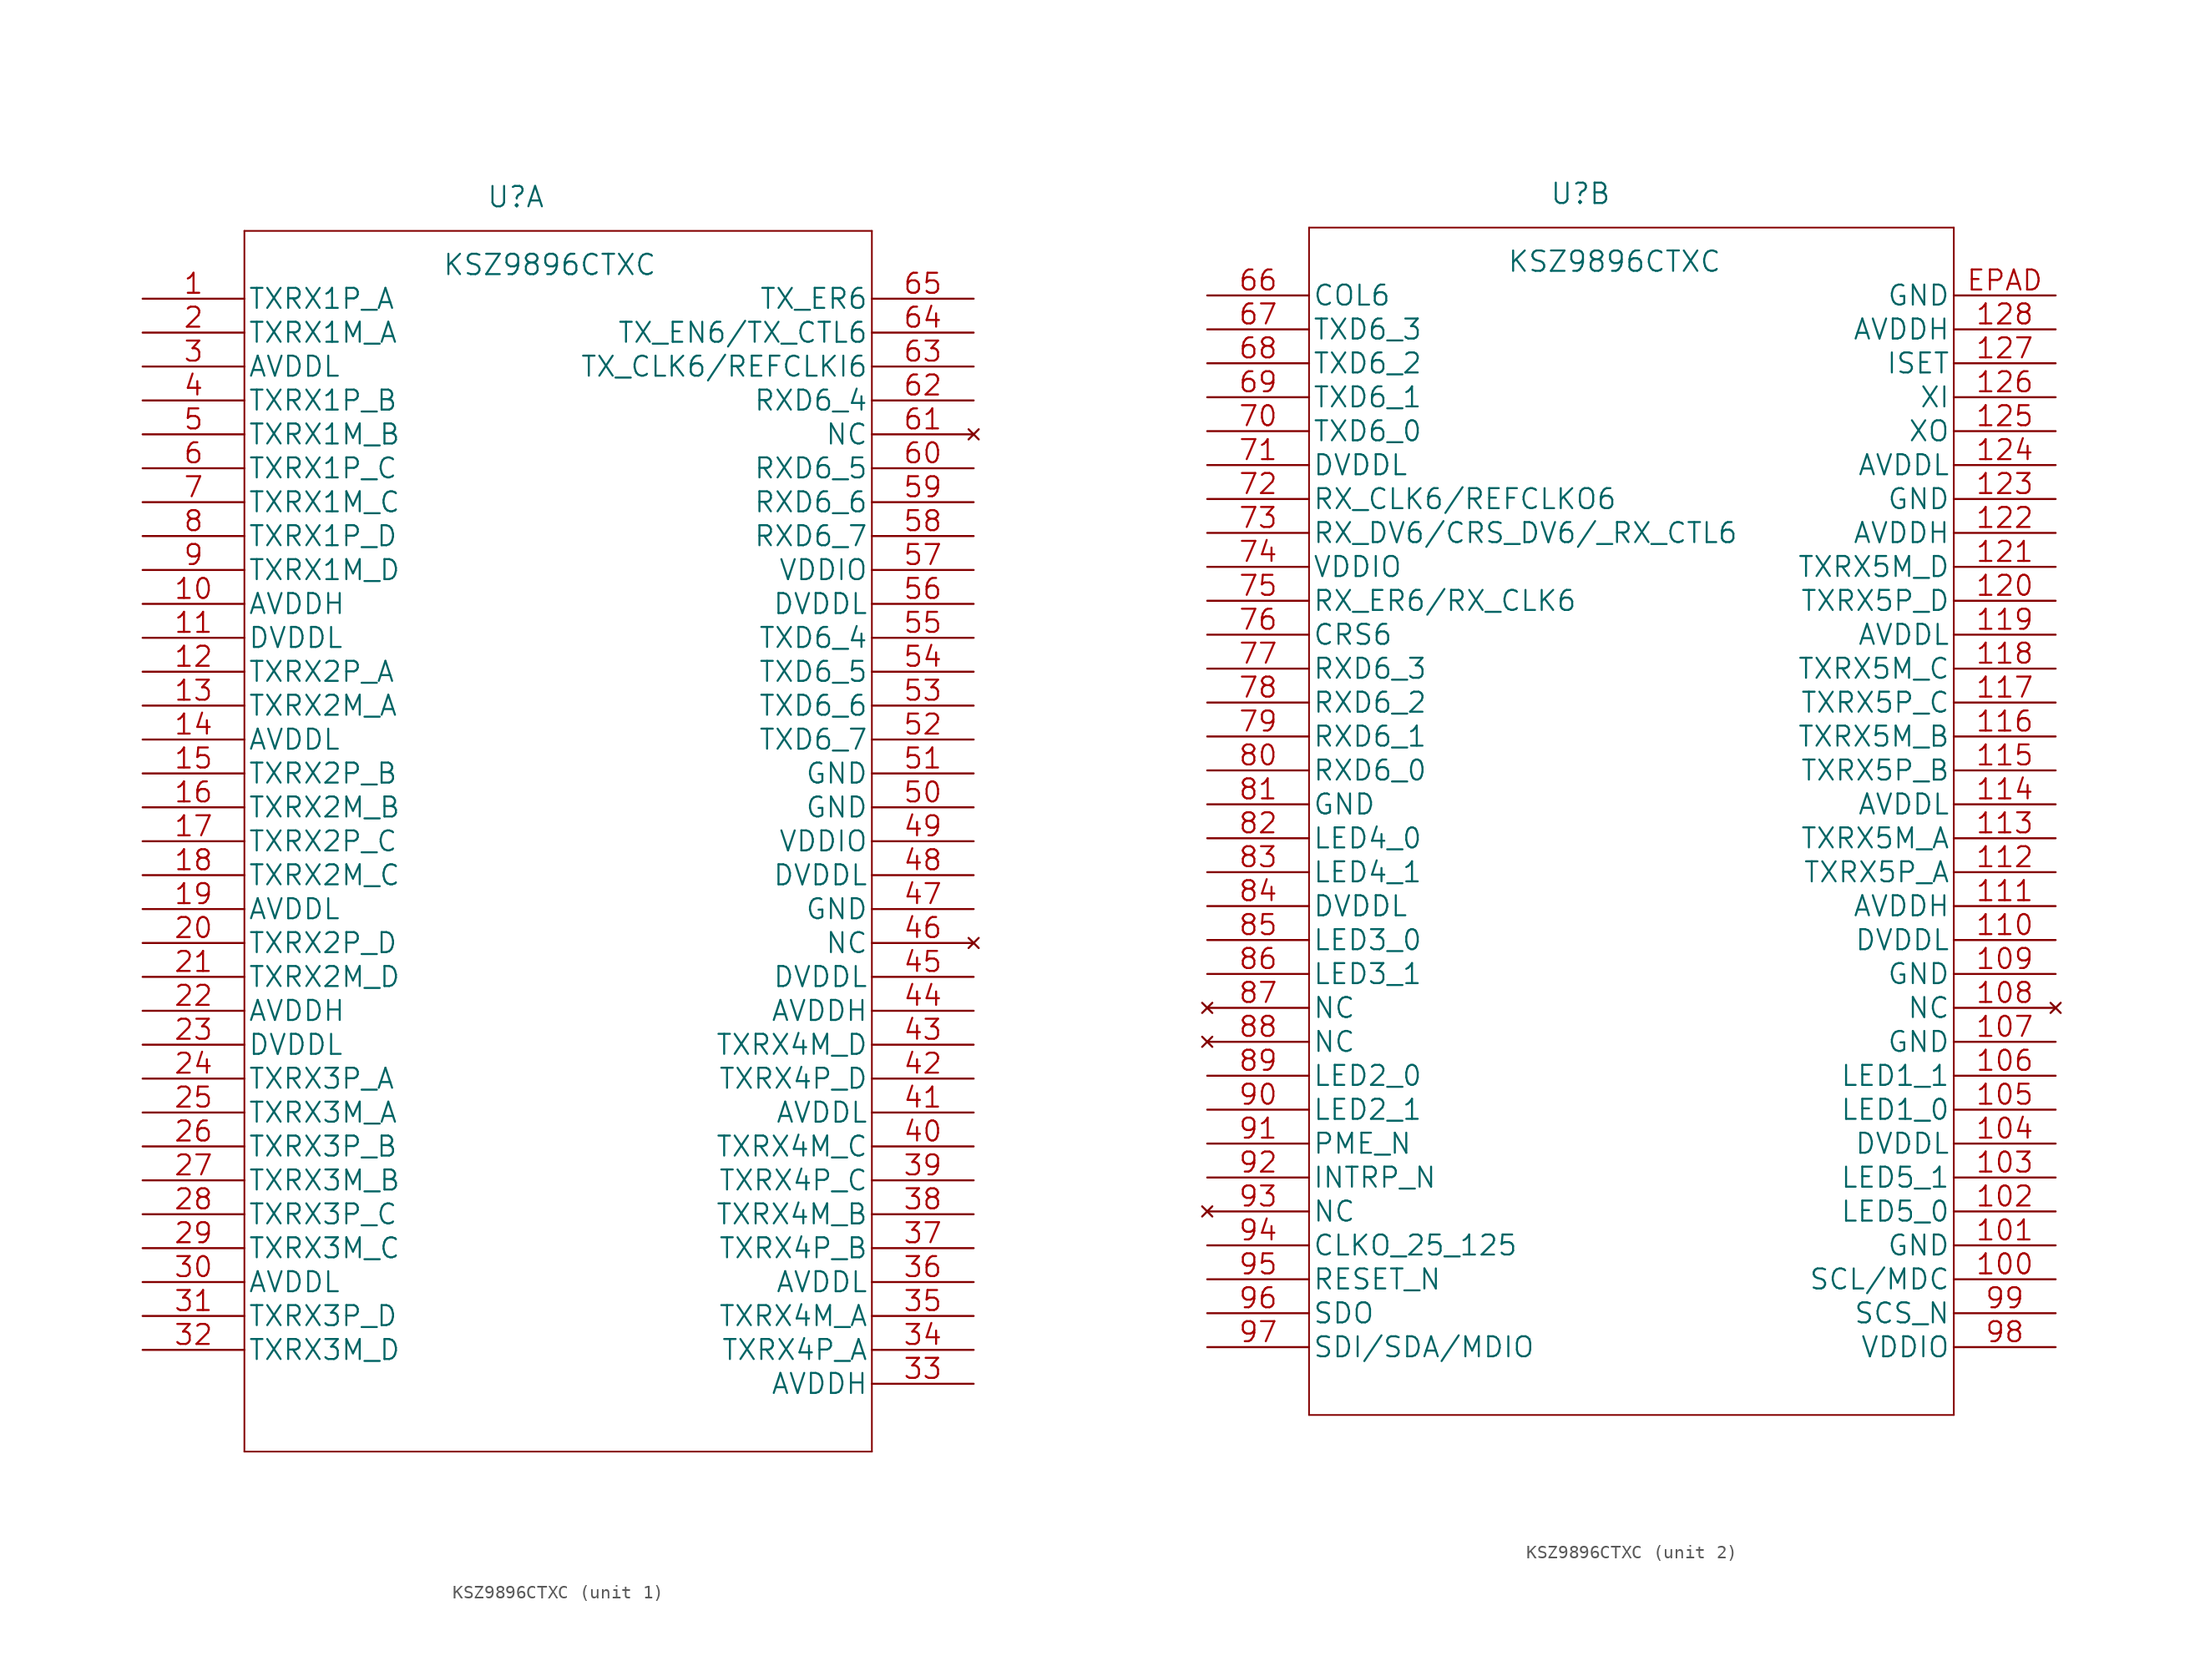
<source format=kicad_sym>
(kicad_symbol_lib
  (version 20231120)
  (generator "kicad_symbol_editor")
  (generator_version "8.0")
  (symbol "KSZ9896CTXC"
    (pin_names
      (offset 0.254))
    (property "Reference" "U"
      (at 27.94 7.62 0)
      (effects (font (size 1.524 1.524))))
    (property "Value" "KSZ9896CTXC"
      (at 30.48 2.54 0)
      (effects (font (size 1.524 1.524))))
    (property "Datasheet" ""
      (at 0 0 0)
      (effects (font (size 1.524 1.524))))
    (property "ki_locked" ""
      (at 0 0 0)
      (effects (font (size 1.27 1.27))))
    (symbol "KSZ9896CTXC_1_1"
      (polyline (pts (xy 7.62 -86.36) (xy 54.61 -86.36)) (stroke (width 0.127) (type default)) (fill (type none)))
      (polyline (pts (xy 7.62 5.08) (xy 7.62 -86.36)) (stroke (width 0.127) (type default)) (fill (type none)))
      (polyline (pts (xy 54.61 -86.36) (xy 54.61 5.08)) (stroke (width 0.127) (type default)) (fill (type none)))
      (polyline (pts (xy 54.61 5.08) (xy 7.62 5.08)) (stroke (width 0.127) (type default)) (fill (type none)))
      (pin bidirectional line (at 0 0 0) (length 7.62) (name "TXRX1P_A" (effects (font (size 1.499 1.499)))) (number "1" (effects (font (size 1.499 1.499)))))
      (pin power_in line (at 0 -22.86 0) (length 7.62) (name "AVDDH" (effects (font (size 1.499 1.499)))) (number "10" (effects (font (size 1.499 1.499)))))
      (pin power_in line (at 0 -25.4 0) (length 7.62) (name "DVDDL" (effects (font (size 1.499 1.499)))) (number "11" (effects (font (size 1.499 1.499)))))
      (pin bidirectional line (at 0 -27.94 0) (length 7.62) (name "TXRX2P_A" (effects (font (size 1.499 1.499)))) (number "12" (effects (font (size 1.499 1.499)))))
      (pin bidirectional line (at 0 -30.48 0) (length 7.62) (name "TXRX2M_A" (effects (font (size 1.499 1.499)))) (number "13" (effects (font (size 1.499 1.499)))))
      (pin power_in line (at 0 -33.02 0) (length 7.62) (name "AVDDL" (effects (font (size 1.499 1.499)))) (number "14" (effects (font (size 1.499 1.499)))))
      (pin bidirectional line (at 0 -35.56 0) (length 7.62) (name "TXRX2P_B" (effects (font (size 1.499 1.499)))) (number "15" (effects (font (size 1.499 1.499)))))
      (pin bidirectional line (at 0 -38.1 0) (length 7.62) (name "TXRX2M_B" (effects (font (size 1.499 1.499)))) (number "16" (effects (font (size 1.499 1.499)))))
      (pin bidirectional line (at 0 -40.64 0) (length 7.62) (name "TXRX2P_C" (effects (font (size 1.499 1.499)))) (number "17" (effects (font (size 1.499 1.499)))))
      (pin bidirectional line (at 0 -43.18 0) (length 7.62) (name "TXRX2M_C" (effects (font (size 1.499 1.499)))) (number "18" (effects (font (size 1.499 1.499)))))
      (pin power_in line (at 0 -45.72 0) (length 7.62) (name "AVDDL" (effects (font (size 1.499 1.499)))) (number "19" (effects (font (size 1.499 1.499)))))
      (pin bidirectional line (at 0 -2.54 0) (length 7.62) (name "TXRX1M_A" (effects (font (size 1.499 1.499)))) (number "2" (effects (font (size 1.499 1.499)))))
      (pin bidirectional line (at 0 -48.26 0) (length 7.62) (name "TXRX2P_D" (effects (font (size 1.499 1.499)))) (number "20" (effects (font (size 1.499 1.499)))))
      (pin bidirectional line (at 0 -50.8 0) (length 7.62) (name "TXRX2M_D" (effects (font (size 1.499 1.499)))) (number "21" (effects (font (size 1.499 1.499)))))
      (pin power_in line (at 0 -53.34 0) (length 7.62) (name "AVDDH" (effects (font (size 1.499 1.499)))) (number "22" (effects (font (size 1.499 1.499)))))
      (pin power_in line (at 0 -55.88 0) (length 7.62) (name "DVDDL" (effects (font (size 1.499 1.499)))) (number "23" (effects (font (size 1.499 1.499)))))
      (pin bidirectional line (at 0 -58.42 0) (length 7.62) (name "TXRX3P_A" (effects (font (size 1.499 1.499)))) (number "24" (effects (font (size 1.499 1.499)))))
      (pin bidirectional line (at 0 -60.96 0) (length 7.62) (name "TXRX3M_A" (effects (font (size 1.499 1.499)))) (number "25" (effects (font (size 1.499 1.499)))))
      (pin bidirectional line (at 0 -63.5 0) (length 7.62) (name "TXRX3P_B" (effects (font (size 1.499 1.499)))) (number "26" (effects (font (size 1.499 1.499)))))
      (pin bidirectional line (at 0 -66.04 0) (length 7.62) (name "TXRX3M_B" (effects (font (size 1.499 1.499)))) (number "27" (effects (font (size 1.499 1.499)))))
      (pin bidirectional line (at 0 -68.58 0) (length 7.62) (name "TXRX3P_C" (effects (font (size 1.499 1.499)))) (number "28" (effects (font (size 1.499 1.499)))))
      (pin bidirectional line (at 0 -71.12 0) (length 7.62) (name "TXRX3M_C" (effects (font (size 1.499 1.499)))) (number "29" (effects (font (size 1.499 1.499)))))
      (pin power_in line (at 0 -5.08 0) (length 7.62) (name "AVDDL" (effects (font (size 1.499 1.499)))) (number "3" (effects (font (size 1.499 1.499)))))
      (pin power_in line (at 0 -73.66 0) (length 7.62) (name "AVDDL" (effects (font (size 1.499 1.499)))) (number "30" (effects (font (size 1.499 1.499)))))
      (pin bidirectional line (at 0 -76.2 0) (length 7.62) (name "TXRX3P_D" (effects (font (size 1.499 1.499)))) (number "31" (effects (font (size 1.499 1.499)))))
      (pin bidirectional line (at 0 -78.74 0) (length 7.62) (name "TXRX3M_D" (effects (font (size 1.499 1.499)))) (number "32" (effects (font (size 1.499 1.499)))))
      (pin power_in line (at 62.23 -81.28 180) (length 7.62) (name "AVDDH" (effects (font (size 1.499 1.499)))) (number "33" (effects (font (size 1.499 1.499)))))
      (pin bidirectional line (at 62.23 -78.74 180) (length 7.62) (name "TXRX4P_A" (effects (font (size 1.499 1.499)))) (number "34" (effects (font (size 1.499 1.499)))))
      (pin bidirectional line (at 62.23 -76.2 180) (length 7.62) (name "TXRX4M_A" (effects (font (size 1.499 1.499)))) (number "35" (effects (font (size 1.499 1.499)))))
      (pin power_in line (at 62.23 -73.66 180) (length 7.62) (name "AVDDL" (effects (font (size 1.499 1.499)))) (number "36" (effects (font (size 1.499 1.499)))))
      (pin bidirectional line (at 62.23 -71.12 180) (length 7.62) (name "TXRX4P_B" (effects (font (size 1.499 1.499)))) (number "37" (effects (font (size 1.499 1.499)))))
      (pin bidirectional line (at 62.23 -68.58 180) (length 7.62) (name "TXRX4M_B" (effects (font (size 1.499 1.499)))) (number "38" (effects (font (size 1.499 1.499)))))
      (pin bidirectional line (at 62.23 -66.04 180) (length 7.62) (name "TXRX4P_C" (effects (font (size 1.499 1.499)))) (number "39" (effects (font (size 1.499 1.499)))))
      (pin bidirectional line (at 0 -7.62 0) (length 7.62) (name "TXRX1P_B" (effects (font (size 1.499 1.499)))) (number "4" (effects (font (size 1.499 1.499)))))
      (pin bidirectional line (at 62.23 -63.5 180) (length 7.62) (name "TXRX4M_C" (effects (font (size 1.499 1.499)))) (number "40" (effects (font (size 1.499 1.499)))))
      (pin power_in line (at 62.23 -60.96 180) (length 7.62) (name "AVDDL" (effects (font (size 1.499 1.499)))) (number "41" (effects (font (size 1.499 1.499)))))
      (pin bidirectional line (at 62.23 -58.42 180) (length 7.62) (name "TXRX4P_D" (effects (font (size 1.499 1.499)))) (number "42" (effects (font (size 1.499 1.499)))))
      (pin bidirectional line (at 62.23 -55.88 180) (length 7.62) (name "TXRX4M_D" (effects (font (size 1.499 1.499)))) (number "43" (effects (font (size 1.499 1.499)))))
      (pin power_in line (at 62.23 -53.34 180) (length 7.62) (name "AVDDH" (effects (font (size 1.499 1.499)))) (number "44" (effects (font (size 1.499 1.499)))))
      (pin power_in line (at 62.23 -50.8 180) (length 7.62) (name "DVDDL" (effects (font (size 1.499 1.499)))) (number "45" (effects (font (size 1.499 1.499)))))
      (pin no_connect line (at 62.23 -48.26 180) (length 7.62) (name "NC" (effects (font (size 1.499 1.499)))) (number "46" (effects (font (size 1.499 1.499)))))
      (pin power_in line (at 62.23 -45.72 180) (length 7.62) (name "GND" (effects (font (size 1.499 1.499)))) (number "47" (effects (font (size 1.499 1.499)))))
      (pin power_in line (at 62.23 -43.18 180) (length 7.62) (name "DVDDL" (effects (font (size 1.499 1.499)))) (number "48" (effects (font (size 1.499 1.499)))))
      (pin power_in line (at 62.23 -40.64 180) (length 7.62) (name "VDDIO" (effects (font (size 1.499 1.499)))) (number "49" (effects (font (size 1.499 1.499)))))
      (pin bidirectional line (at 0 -10.16 0) (length 7.62) (name "TXRX1M_B" (effects (font (size 1.499 1.499)))) (number "5" (effects (font (size 1.499 1.499)))))
      (pin power_in line (at 62.23 -38.1 180) (length 7.62) (name "GND" (effects (font (size 1.499 1.499)))) (number "50" (effects (font (size 1.499 1.499)))))
      (pin power_in line (at 62.23 -35.56 180) (length 7.62) (name "GND" (effects (font (size 1.499 1.499)))) (number "51" (effects (font (size 1.499 1.499)))))
      (pin input line (at 62.23 -33.02 180) (length 7.62) (name "TXD6_7" (effects (font (size 1.499 1.499)))) (number "52" (effects (font (size 1.499 1.499)))))
      (pin input line (at 62.23 -30.48 180) (length 7.62) (name "TXD6_6" (effects (font (size 1.499 1.499)))) (number "53" (effects (font (size 1.499 1.499)))))
      (pin input line (at 62.23 -27.94 180) (length 7.62) (name "TXD6_5" (effects (font (size 1.499 1.499)))) (number "54" (effects (font (size 1.499 1.499)))))
      (pin input line (at 62.23 -25.4 180) (length 7.62) (name "TXD6_4" (effects (font (size 1.499 1.499)))) (number "55" (effects (font (size 1.499 1.499)))))
      (pin power_in line (at 62.23 -22.86 180) (length 7.62) (name "DVDDL" (effects (font (size 1.499 1.499)))) (number "56" (effects (font (size 1.499 1.499)))))
      (pin power_in line (at 62.23 -20.32 180) (length 7.62) (name "VDDIO" (effects (font (size 1.499 1.499)))) (number "57" (effects (font (size 1.499 1.499)))))
      (pin bidirectional line (at 62.23 -17.78 180) (length 7.62) (name "RXD6_7" (effects (font (size 1.499 1.499)))) (number "58" (effects (font (size 1.499 1.499)))))
      (pin bidirectional line (at 62.23 -15.24 180) (length 7.62) (name "RXD6_6" (effects (font (size 1.499 1.499)))) (number "59" (effects (font (size 1.499 1.499)))))
      (pin bidirectional line (at 0 -12.7 0) (length 7.62) (name "TXRX1P_C" (effects (font (size 1.499 1.499)))) (number "6" (effects (font (size 1.499 1.499)))))
      (pin bidirectional line (at 62.23 -12.7 180) (length 7.62) (name "RXD6_5" (effects (font (size 1.499 1.499)))) (number "60" (effects (font (size 1.499 1.499)))))
      (pin no_connect line (at 62.23 -10.16 180) (length 7.62) (name "NC" (effects (font (size 1.499 1.499)))) (number "61" (effects (font (size 1.499 1.499)))))
      (pin bidirectional line (at 62.23 -7.62 180) (length 7.62) (name "RXD6_4" (effects (font (size 1.499 1.499)))) (number "62" (effects (font (size 1.499 1.499)))))
      (pin bidirectional line (at 62.23 -5.08 180) (length 7.62) (name "TX_CLK6/REFCLKI6" (effects (font (size 1.499 1.499)))) (number "63" (effects (font (size 1.499 1.499)))))
      (pin input line (at 62.23 -2.54 180) (length 7.62) (name "TX_EN6/TX_CTL6" (effects (font (size 1.499 1.499)))) (number "64" (effects (font (size 1.499 1.499)))))
      (pin input line (at 62.23 0 180) (length 7.62) (name "TX_ER6" (effects (font (size 1.499 1.499)))) (number "65" (effects (font (size 1.499 1.499)))))
      (pin bidirectional line (at 0 -15.24 0) (length 7.62) (name "TXRX1M_C" (effects (font (size 1.499 1.499)))) (number "7" (effects (font (size 1.499 1.499)))))
      (pin bidirectional line (at 0 -17.78 0) (length 7.62) (name "TXRX1P_D" (effects (font (size 1.499 1.499)))) (number "8" (effects (font (size 1.499 1.499)))))
      (pin bidirectional line (at 0 -20.32 0) (length 7.62) (name "TXRX1M_D" (effects (font (size 1.499 1.499)))) (number "9" (effects (font (size 1.499 1.499))))))
    (symbol "KSZ9896CTXC_2_1"
      (polyline (pts (xy 7.62 -83.82) (xy 55.88 -83.82)) (stroke (width 0.127) (type default)) (fill (type none)))
      (polyline (pts (xy 7.62 5.08) (xy 7.62 -83.82)) (stroke (width 0.127) (type default)) (fill (type none)))
      (polyline (pts (xy 55.88 -83.82) (xy 55.88 5.08)) (stroke (width 0.127) (type default)) (fill (type none)))
      (polyline (pts (xy 55.88 5.08) (xy 7.62 5.08)) (stroke (width 0.127) (type default)) (fill (type none)))
      (pin input line (at 63.5 -73.66 180) (length 7.62) (name "SCL/MDC" (effects (font (size 1.499 1.499)))) (number "100" (effects (font (size 1.499 1.499)))))
      (pin power_in line (at 63.5 -71.12 180) (length 7.62) (name "GND" (effects (font (size 1.499 1.499)))) (number "101" (effects (font (size 1.499 1.499)))))
      (pin bidirectional line (at 63.5 -68.58 180) (length 7.62) (name "LED5_0" (effects (font (size 1.499 1.499)))) (number "102" (effects (font (size 1.499 1.499)))))
      (pin bidirectional line (at 63.5 -66.04 180) (length 7.62) (name "LED5_1" (effects (font (size 1.499 1.499)))) (number "103" (effects (font (size 1.499 1.499)))))
      (pin power_in line (at 63.5 -63.5 180) (length 7.62) (name "DVDDL" (effects (font (size 1.499 1.499)))) (number "104" (effects (font (size 1.499 1.499)))))
      (pin bidirectional line (at 63.5 -60.96 180) (length 7.62) (name "LED1_0" (effects (font (size 1.499 1.499)))) (number "105" (effects (font (size 1.499 1.499)))))
      (pin bidirectional line (at 63.5 -58.42 180) (length 7.62) (name "LED1_1" (effects (font (size 1.499 1.499)))) (number "106" (effects (font (size 1.499 1.499)))))
      (pin power_in line (at 63.5 -55.88 180) (length 7.62) (name "GND" (effects (font (size 1.499 1.499)))) (number "107" (effects (font (size 1.499 1.499)))))
      (pin no_connect line (at 63.5 -53.34 180) (length 7.62) (name "NC" (effects (font (size 1.499 1.499)))) (number "108" (effects (font (size 1.499 1.499)))))
      (pin power_in line (at 63.5 -50.8 180) (length 7.62) (name "GND" (effects (font (size 1.499 1.499)))) (number "109" (effects (font (size 1.499 1.499)))))
      (pin power_in line (at 63.5 -48.26 180) (length 7.62) (name "DVDDL" (effects (font (size 1.499 1.499)))) (number "110" (effects (font (size 1.499 1.499)))))
      (pin power_in line (at 63.5 -45.72 180) (length 7.62) (name "AVDDH" (effects (font (size 1.499 1.499)))) (number "111" (effects (font (size 1.499 1.499)))))
      (pin bidirectional line (at 63.5 -43.18 180) (length 7.62) (name "TXRX5P_A" (effects (font (size 1.499 1.499)))) (number "112" (effects (font (size 1.499 1.499)))))
      (pin bidirectional line (at 63.5 -40.64 180) (length 7.62) (name "TXRX5M_A" (effects (font (size 1.499 1.499)))) (number "113" (effects (font (size 1.499 1.499)))))
      (pin power_in line (at 63.5 -38.1 180) (length 7.62) (name "AVDDL" (effects (font (size 1.499 1.499)))) (number "114" (effects (font (size 1.499 1.499)))))
      (pin bidirectional line (at 63.5 -35.56 180) (length 7.62) (name "TXRX5P_B" (effects (font (size 1.499 1.499)))) (number "115" (effects (font (size 1.499 1.499)))))
      (pin bidirectional line (at 63.5 -33.02 180) (length 7.62) (name "TXRX5M_B" (effects (font (size 1.499 1.499)))) (number "116" (effects (font (size 1.499 1.499)))))
      (pin bidirectional line (at 63.5 -30.48 180) (length 7.62) (name "TXRX5P_C" (effects (font (size 1.499 1.499)))) (number "117" (effects (font (size 1.499 1.499)))))
      (pin bidirectional line (at 63.5 -27.94 180) (length 7.62) (name "TXRX5M_C" (effects (font (size 1.499 1.499)))) (number "118" (effects (font (size 1.499 1.499)))))
      (pin power_in line (at 63.5 -25.4 180) (length 7.62) (name "AVDDL" (effects (font (size 1.499 1.499)))) (number "119" (effects (font (size 1.499 1.499)))))
      (pin bidirectional line (at 63.5 -22.86 180) (length 7.62) (name "TXRX5P_D" (effects (font (size 1.499 1.499)))) (number "120" (effects (font (size 1.499 1.499)))))
      (pin bidirectional line (at 63.5 -20.32 180) (length 7.62) (name "TXRX5M_D" (effects (font (size 1.499 1.499)))) (number "121" (effects (font (size 1.499 1.499)))))
      (pin power_in line (at 63.5 -17.78 180) (length 7.62) (name "AVDDH" (effects (font (size 1.499 1.499)))) (number "122" (effects (font (size 1.499 1.499)))))
      (pin power_in line (at 63.5 -15.24 180) (length 7.62) (name "GND" (effects (font (size 1.499 1.499)))) (number "123" (effects (font (size 1.499 1.499)))))
      (pin power_in line (at 63.5 -12.7 180) (length 7.62) (name "AVDDL" (effects (font (size 1.499 1.499)))) (number "124" (effects (font (size 1.499 1.499)))))
      (pin output line (at 63.5 -10.16 180) (length 7.62) (name "XO" (effects (font (size 1.499 1.499)))) (number "125" (effects (font (size 1.499 1.499)))))
      (pin input line (at 63.5 -7.62 180) (length 7.62) (name "XI" (effects (font (size 1.499 1.499)))) (number "126" (effects (font (size 1.499 1.499)))))
      (pin passive line (at 63.5 -5.08 180) (length 7.62) (name "ISET" (effects (font (size 1.499 1.499)))) (number "127" (effects (font (size 1.499 1.499)))))
      (pin power_in line (at 63.5 -2.54 180) (length 7.62) (name "AVDDH" (effects (font (size 1.499 1.499)))) (number "128" (effects (font (size 1.499 1.499)))))
      (pin bidirectional line (at 0 0 0) (length 7.62) (name "COL6" (effects (font (size 1.499 1.499)))) (number "66" (effects (font (size 1.499 1.499)))))
      (pin input line (at 0 -2.54 0) (length 7.62) (name "TXD6_3" (effects (font (size 1.499 1.499)))) (number "67" (effects (font (size 1.499 1.499)))))
      (pin input line (at 0 -5.08 0) (length 7.62) (name "TXD6_2" (effects (font (size 1.499 1.499)))) (number "68" (effects (font (size 1.499 1.499)))))
      (pin input line (at 0 -7.62 0) (length 7.62) (name "TXD6_1" (effects (font (size 1.499 1.499)))) (number "69" (effects (font (size 1.499 1.499)))))
      (pin input line (at 0 -10.16 0) (length 7.62) (name "TXD6_0" (effects (font (size 1.499 1.499)))) (number "70" (effects (font (size 1.499 1.499)))))
      (pin power_in line (at 0 -12.7 0) (length 7.62) (name "DVDDL" (effects (font (size 1.499 1.499)))) (number "71" (effects (font (size 1.499 1.499)))))
      (pin bidirectional line (at 0 -15.24 0) (length 7.62) (name "RX_CLK6/REFCLKO6" (effects (font (size 1.499 1.499)))) (number "72" (effects (font (size 1.499 1.499)))))
      (pin bidirectional line (at 0 -17.78 0) (length 7.62) (name "RX_DV6/CRS_DV6/_RX_CTL6" (effects (font (size 1.499 1.499)))) (number "73" (effects (font (size 1.499 1.499)))))
      (pin power_in line (at 0 -20.32 0) (length 7.62) (name "VDDIO" (effects (font (size 1.499 1.499)))) (number "74" (effects (font (size 1.499 1.499)))))
      (pin bidirectional line (at 0 -22.86 0) (length 7.62) (name "RX_ER6/RX_CLK6" (effects (font (size 1.499 1.499)))) (number "75" (effects (font (size 1.499 1.499)))))
      (pin bidirectional line (at 0 -25.4 0) (length 7.62) (name "CRS6" (effects (font (size 1.499 1.499)))) (number "76" (effects (font (size 1.499 1.499)))))
      (pin bidirectional line (at 0 -27.94 0) (length 7.62) (name "RXD6_3" (effects (font (size 1.499 1.499)))) (number "77" (effects (font (size 1.499 1.499)))))
      (pin bidirectional line (at 0 -30.48 0) (length 7.62) (name "RXD6_2" (effects (font (size 1.499 1.499)))) (number "78" (effects (font (size 1.499 1.499)))))
      (pin bidirectional line (at 0 -33.02 0) (length 7.62) (name "RXD6_1" (effects (font (size 1.499 1.499)))) (number "79" (effects (font (size 1.499 1.499)))))
      (pin bidirectional line (at 0 -35.56 0) (length 7.62) (name "RXD6_0" (effects (font (size 1.499 1.499)))) (number "80" (effects (font (size 1.499 1.499)))))
      (pin power_in line (at 0 -38.1 0) (length 7.62) (name "GND" (effects (font (size 1.499 1.499)))) (number "81" (effects (font (size 1.499 1.499)))))
      (pin bidirectional line (at 0 -40.64 0) (length 7.62) (name "LED4_0" (effects (font (size 1.499 1.499)))) (number "82" (effects (font (size 1.499 1.499)))))
      (pin bidirectional line (at 0 -43.18 0) (length 7.62) (name "LED4_1" (effects (font (size 1.499 1.499)))) (number "83" (effects (font (size 1.499 1.499)))))
      (pin power_in line (at 0 -45.72 0) (length 7.62) (name "DVDDL" (effects (font (size 1.499 1.499)))) (number "84" (effects (font (size 1.499 1.499)))))
      (pin bidirectional line (at 0 -48.26 0) (length 7.62) (name "LED3_0" (effects (font (size 1.499 1.499)))) (number "85" (effects (font (size 1.499 1.499)))))
      (pin bidirectional line (at 0 -50.8 0) (length 7.62) (name "LED3_1" (effects (font (size 1.499 1.499)))) (number "86" (effects (font (size 1.499 1.499)))))
      (pin no_connect line (at 0 -53.34 0) (length 7.62) (name "NC" (effects (font (size 1.499 1.499)))) (number "87" (effects (font (size 1.499 1.499)))))
      (pin no_connect line (at 0 -55.88 0) (length 7.62) (name "NC" (effects (font (size 1.499 1.499)))) (number "88" (effects (font (size 1.499 1.499)))))
      (pin bidirectional line (at 0 -58.42 0) (length 7.62) (name "LED2_0" (effects (font (size 1.499 1.499)))) (number "89" (effects (font (size 1.499 1.499)))))
      (pin bidirectional line (at 0 -60.96 0) (length 7.62) (name "LED2_1" (effects (font (size 1.499 1.499)))) (number "90" (effects (font (size 1.499 1.499)))))
      (pin output line (at 0 -63.5 0) (length 7.62) (name "PME_N" (effects (font (size 1.499 1.499)))) (number "91" (effects (font (size 1.499 1.499)))))
      (pin output line (at 0 -66.04 0) (length 7.62) (name "INTRP_N" (effects (font (size 1.499 1.499)))) (number "92" (effects (font (size 1.499 1.499)))))
      (pin no_connect line (at 0 -68.58 0) (length 7.62) (name "NC" (effects (font (size 1.499 1.499)))) (number "93" (effects (font (size 1.499 1.499)))))
      (pin bidirectional line (at 0 -71.12 0) (length 7.62) (name "CLKO_25_125" (effects (font (size 1.499 1.499)))) (number "94" (effects (font (size 1.499 1.499)))))
      (pin input line (at 0 -73.66 0) (length 7.62) (name "RESET_N" (effects (font (size 1.499 1.499)))) (number "95" (effects (font (size 1.499 1.499)))))
      (pin output line (at 0 -76.2 0) (length 7.62) (name "SDO" (effects (font (size 1.499 1.499)))) (number "96" (effects (font (size 1.499 1.499)))))
      (pin bidirectional line (at 0 -78.74 0) (length 7.62) (name "SDI/SDA/MDIO" (effects (font (size 1.499 1.499)))) (number "97" (effects (font (size 1.499 1.499)))))
      (pin power_in line (at 63.5 -78.74 180) (length 7.62) (name "VDDIO" (effects (font (size 1.499 1.499)))) (number "98" (effects (font (size 1.499 1.499)))))
      (pin input line (at 63.5 -76.2 180) (length 7.62) (name "SCS_N" (effects (font (size 1.499 1.499)))) (number "99" (effects (font (size 1.499 1.499)))))
      (pin power_in line (at 63.5 0 180) (length 7.62) (name "GND" (effects (font (size 1.499 1.499)))) (number "EPAD" (effects (font (size 1.499 1.499))))))))
</source>
